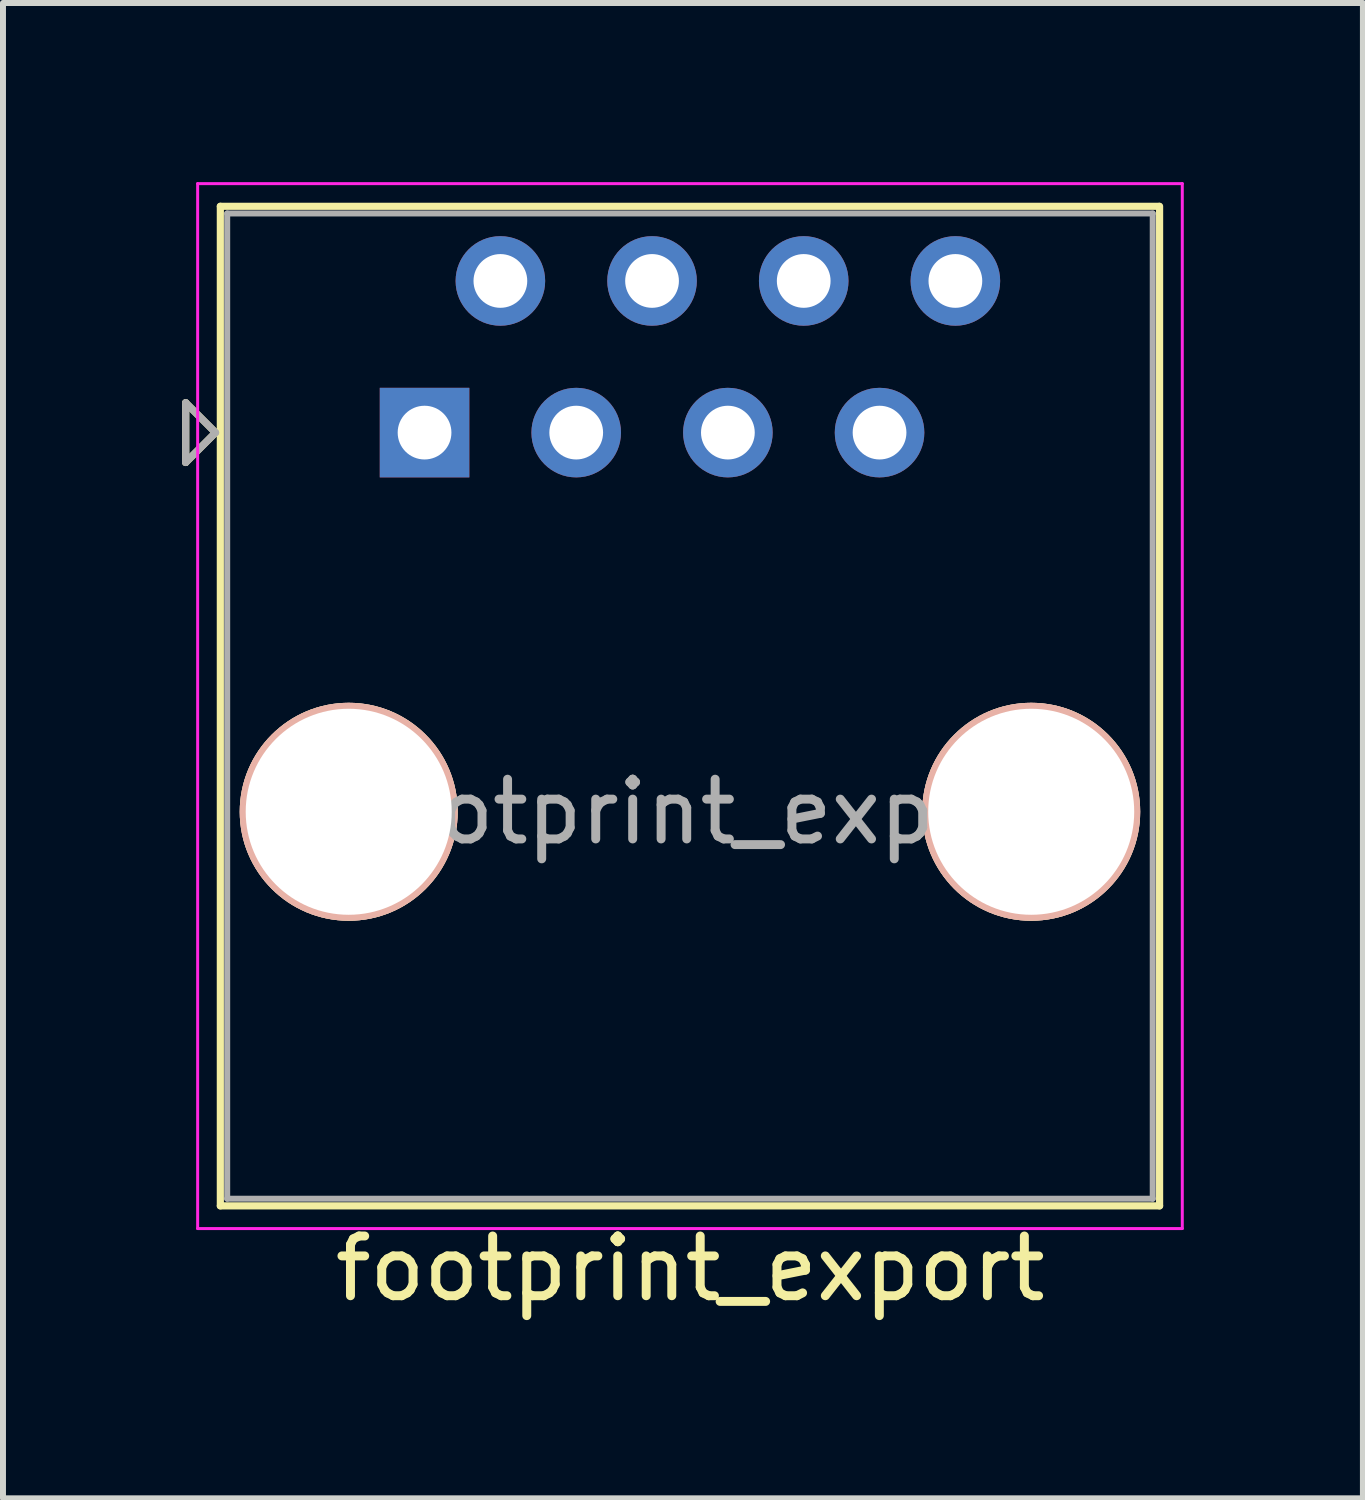
<source format=kicad_pcb>
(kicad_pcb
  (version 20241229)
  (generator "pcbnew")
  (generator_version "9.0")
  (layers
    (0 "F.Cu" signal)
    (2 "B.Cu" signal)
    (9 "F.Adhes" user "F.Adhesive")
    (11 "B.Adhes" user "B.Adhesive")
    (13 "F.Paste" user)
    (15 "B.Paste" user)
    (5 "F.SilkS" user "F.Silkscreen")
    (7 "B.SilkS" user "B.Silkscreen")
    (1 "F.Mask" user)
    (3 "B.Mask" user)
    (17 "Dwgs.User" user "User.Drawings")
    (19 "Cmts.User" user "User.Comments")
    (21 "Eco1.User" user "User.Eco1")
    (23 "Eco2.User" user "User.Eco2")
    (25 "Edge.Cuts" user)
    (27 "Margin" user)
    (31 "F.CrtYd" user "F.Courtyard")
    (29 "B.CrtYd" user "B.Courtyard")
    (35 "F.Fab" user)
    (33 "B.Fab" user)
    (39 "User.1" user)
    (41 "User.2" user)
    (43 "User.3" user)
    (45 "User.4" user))
  (footprint "footprint_export"
    (layer "F.Cu")
    (at 4.06 4.195)
    (property "Reference" "footprint_export" (at 4.45 14 0) (layer "F.SilkS") (effects (font (size 1 1) (thickness 0.15))))
    (attr through_hole)
    (fp_line (start -4 -0.5) (end -4 0.5) (stroke (width 0.12) (type solid)) (layer "F.SilkS"))
    (fp_line (start -4 0.5) (end -3.5 0) (stroke (width 0.12) (type solid)) (layer "F.SilkS"))
    (fp_line (start -3.5 0) (end -4 -0.5) (stroke (width 0.12) (type solid)) (layer "F.SilkS"))
    (fp_line (start -3.42 -3.79) (end -3.42 12.95) (stroke (width 0.12) (type solid)) (layer "F.SilkS"))
    (fp_line (start 12.3 -3.79) (end -3.42 -3.79) (stroke (width 0.12) (type solid)) (layer "F.SilkS"))
    (fp_line (start 12.31 -3.79) (end 12.31 12.95) (stroke (width 0.12) (type solid)) (layer "F.SilkS"))
    (fp_line (start 12.31 12.95) (end -3.42 12.95) (stroke (width 0.12) (type solid)) (layer "F.SilkS"))
    (fp_line (start -3.8 -4.17) (end -3.8 13.33) (stroke (width 0.05) (type solid)) (layer "F.CrtYd"))
    (fp_line (start -3.8 -4.17) (end 12.69 -4.17) (stroke (width 0.05) (type solid)) (layer "F.CrtYd"))
    (fp_line (start -3.8 13.33) (end 12.69 13.33) (stroke (width 0.05) (type solid)) (layer "F.CrtYd"))
    (fp_line (start 12.69 -4.17) (end 12.69 13.33) (stroke (width 0.05) (type solid)) (layer "F.CrtYd"))
    (fp_line (start -4 -0.5) (end -4 0.5) (stroke (width 0.12) (type solid)) (layer "F.Fab"))
    (fp_line (start -4 0.5) (end -3.5 0) (stroke (width 0.12) (type solid)) (layer "F.Fab"))
    (fp_line (start -3.5 0) (end -4 -0.5) (stroke (width 0.12) (type solid)) (layer "F.Fab"))
    (fp_line (start -3.305 -3.67) (end -3.305 12.83) (stroke (width 0.1) (type solid)) (layer "F.Fab"))
    (fp_line (start 12.195 -3.67) (end -3.305 -3.67) (stroke (width 0.1) (type solid)) (layer "F.Fab"))
    (fp_line (start 12.195 -3.67) (end 12.195 12.83) (stroke (width 0.1) (type solid)) (layer "F.Fab"))
    (fp_line (start 12.195 12.83) (end -3.305 12.83) (stroke (width 0.1) (type solid)) (layer "F.Fab"))
    (fp_text user "${REFERENCE}" (at 4.7 6.35 0) (layer "F.Fab") (effects (font (size 1 1) (thickness 0.15))))
    (pad "" np_thru_hole circle (at -1.27 6.35) (size 3.65 3.65) (drill 3.45) (layers "*.Cu" "*.SilkS" "*.Mask"))
    (pad "" np_thru_hole circle (at 10.16 6.35) (size 3.65 3.65) (drill 3.45) (layers "*.Cu" "*.SilkS" "*.Mask"))
    (pad "1" thru_hole rect (at 0 0) (size 1.5 1.5) (drill 0.9) (layers "*.Cu" "*.Mask"))
    (pad "2" thru_hole circle (at 1.27 -2.54) (size 1.5 1.5) (drill 0.9) (layers "*.Cu" "*.Mask"))
    (pad "3" thru_hole circle (at 2.54 0) (size 1.5 1.5) (drill 0.9) (layers "*.Cu" "*.Mask"))
    (pad "4" thru_hole circle (at 3.81 -2.54) (size 1.5 1.5) (drill 0.9) (layers "*.Cu" "*.Mask"))
    (pad "5" thru_hole circle (at 5.08 0) (size 1.5 1.5) (drill 0.9) (layers "*.Cu" "*.Mask"))
    (pad "6" thru_hole circle (at 6.35 -2.54) (size 1.5 1.5) (drill 0.9) (layers "*.Cu" "*.Mask"))
    (pad "7" thru_hole circle (at 7.62 0) (size 1.5 1.5) (drill 0.9) (layers "*.Cu" "*.Mask"))
    (pad "8" thru_hole circle (at 8.89 -2.54) (size 1.5 1.5) (drill 0.9) (layers "*.Cu" "*.Mask")))
  (gr_rect
    (start -3 -3)
    (end 19.775 22.043)
    (stroke (width 0.1) (type default))
    (fill no)
    (layer "Edge.Cuts")))
</source>
